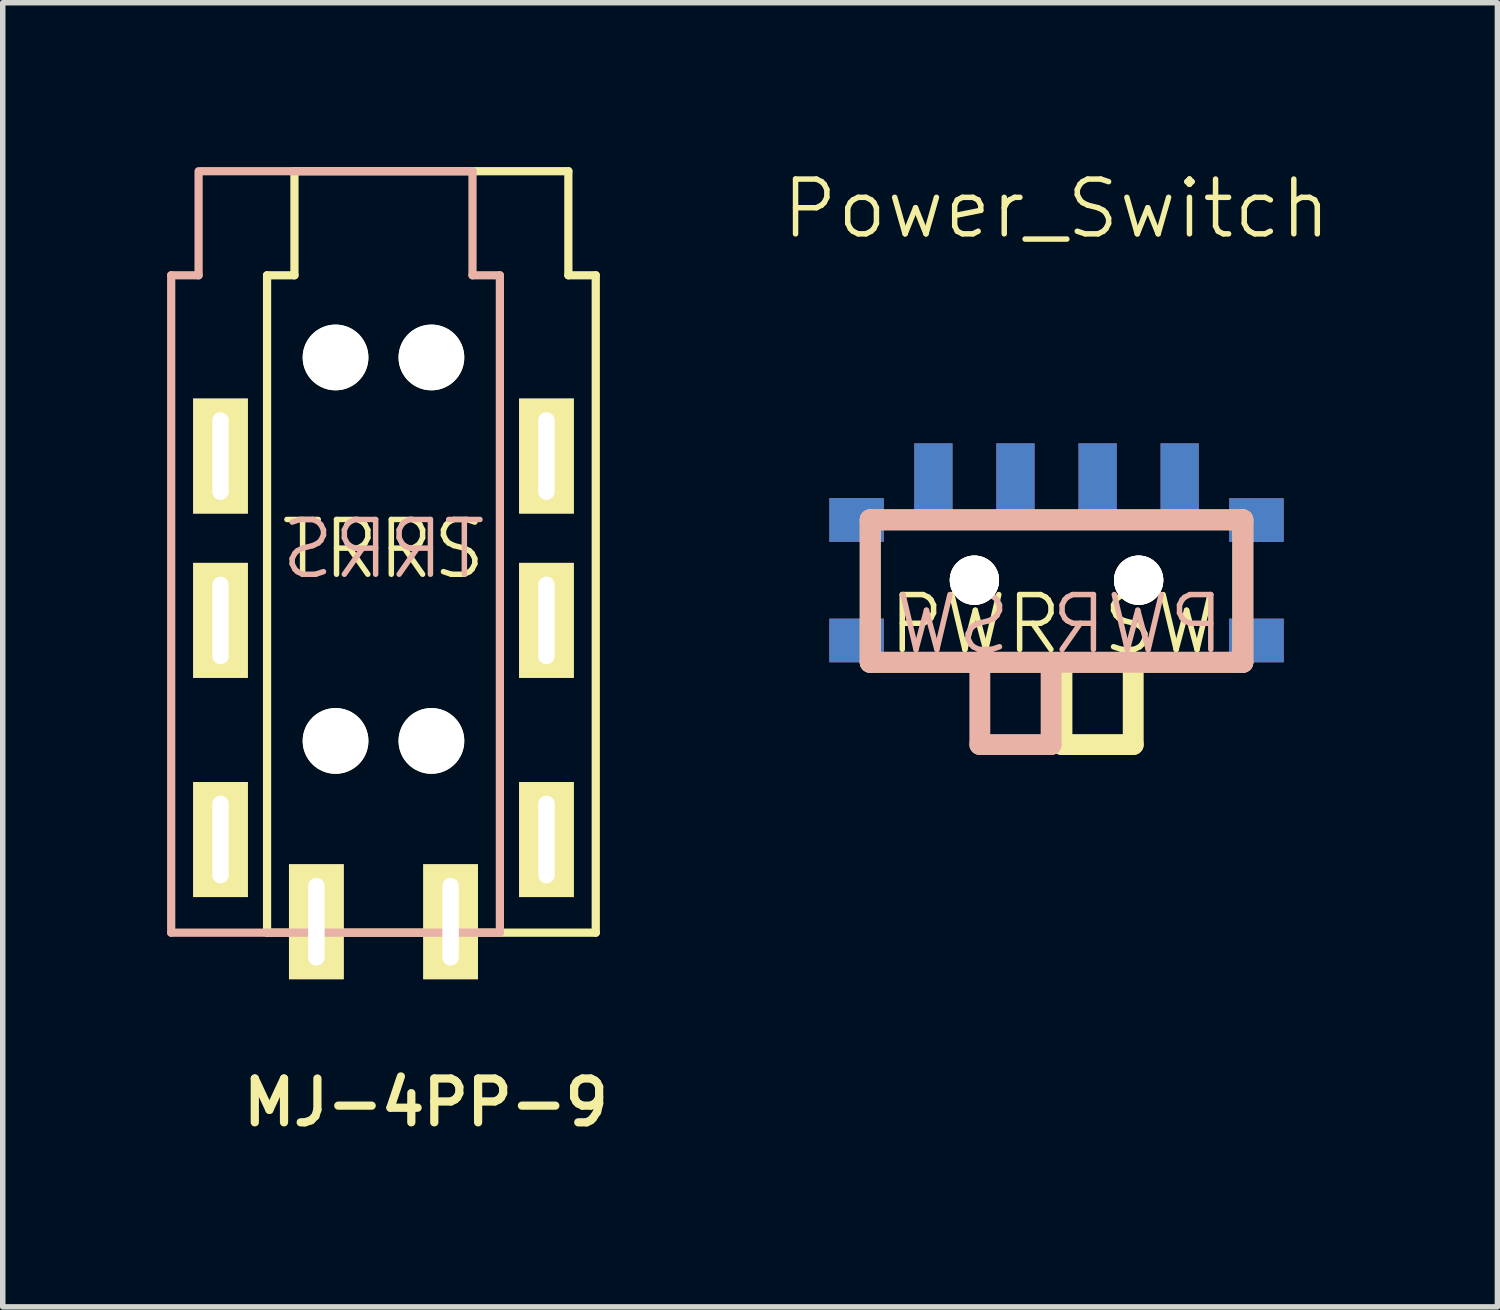
<source format=kicad_pcb>
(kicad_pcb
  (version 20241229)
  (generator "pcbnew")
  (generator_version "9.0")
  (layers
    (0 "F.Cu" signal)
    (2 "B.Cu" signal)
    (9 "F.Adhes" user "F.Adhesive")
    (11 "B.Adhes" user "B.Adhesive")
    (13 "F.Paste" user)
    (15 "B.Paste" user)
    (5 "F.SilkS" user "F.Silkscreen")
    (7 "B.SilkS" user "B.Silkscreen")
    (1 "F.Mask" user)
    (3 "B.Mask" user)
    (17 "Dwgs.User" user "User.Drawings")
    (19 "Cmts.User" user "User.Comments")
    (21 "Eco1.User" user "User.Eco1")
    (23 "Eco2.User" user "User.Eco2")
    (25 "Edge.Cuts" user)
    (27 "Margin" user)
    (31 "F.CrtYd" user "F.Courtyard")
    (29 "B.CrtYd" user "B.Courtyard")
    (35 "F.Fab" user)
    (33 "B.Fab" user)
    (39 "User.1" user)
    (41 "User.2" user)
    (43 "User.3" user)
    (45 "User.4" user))
  (footprint "MJ-4PP-9"
    (layer "F.Cu")
    (at 4.825 1.975)
    (property "Reference" "MJ-4PP-9" (at -0.1 15.1 0) (layer "F.SilkS") (effects (font (size 0.8 0.8) (thickness 0.15))))
    (attr through_hole)
    (fp_line (start -3 0) (end -2.5 0) (stroke (width 0.15) (type solid)) (layer "F.SilkS"))
    (fp_line (start -3 12) (end -3 0) (stroke (width 0.15) (type solid)) (layer "F.SilkS"))
    (fp_line (start -2.5 -1.9) (end 2.5 -1.9) (stroke (width 0.15) (type solid)) (layer "F.SilkS"))
    (fp_line (start -2.5 0) (end -2.5 -1.9) (stroke (width 0.15) (type solid)) (layer "F.SilkS"))
    (fp_line (start 2.5 0) (end 2.5 -1.9) (stroke (width 0.15) (type solid)) (layer "F.SilkS"))
    (fp_line (start 3 0) (end 2.5 0) (stroke (width 0.15) (type solid)) (layer "F.SilkS"))
    (fp_line (start 3 0) (end 3 12) (stroke (width 0.15) (type solid)) (layer "F.SilkS"))
    (fp_line (start 3 12) (end -3 12) (stroke (width 0.15) (type solid)) (layer "F.SilkS"))
    (fp_line (start -4.75 0) (end -4.25 0) (stroke (width 0.15) (type solid)) (layer "B.SilkS"))
    (fp_line (start -4.75 12) (end -4.75 0) (stroke (width 0.15) (type solid)) (layer "B.SilkS"))
    (fp_line (start -4.25 0) (end -4.25 -1.9) (stroke (width 0.15) (type solid)) (layer "B.SilkS"))
    (fp_line (start -4.2 -1.9) (end 0.75 -1.9) (stroke (width 0.15) (type solid)) (layer "B.SilkS"))
    (fp_line (start 0.75 0) (end 0.75 -1.9) (stroke (width 0.15) (type solid)) (layer "B.SilkS"))
    (fp_line (start 1.25 0) (end 0.75 0) (stroke (width 0.15) (type solid)) (layer "B.SilkS"))
    (fp_line (start 1.25 0) (end 1.25 12) (stroke (width 0.15) (type solid)) (layer "B.SilkS"))
    (fp_line (start 1.25 12) (end -4.75 12) (stroke (width 0.15) (type solid)) (layer "B.SilkS"))
    (fp_text user "TRRS" (at -0.875 5 0) (unlocked yes) (layer "F.SilkS") (effects (font (size 1 1) (thickness 0.1))))
    (fp_text user "TRRS" (at -0.875 5 0) (unlocked yes) (layer "B.SilkS") (effects (font (size 1 1) (thickness 0.1)) (justify mirror)))
    (pad "" np_thru_hole circle (at -1.75 1.5) (size 1.2 1.2) (drill 1.2) (layers "*.Cu" "*.Mask" "F.SilkS"))
    (pad "" np_thru_hole circle (at -1.75 8.5) (size 1.2 1.2) (drill 1.2) (layers "*.Cu" "*.Mask" "F.SilkS"))
    (pad "" np_thru_hole circle (at 0 1.5) (size 1.2 1.2) (drill 1.2) (layers "*.Cu" "*.Mask" "F.SilkS"))
    (pad "" np_thru_hole circle (at 0 8.5) (size 1.2 1.2) (drill 1.2) (layers "*.Cu" "*.Mask" "F.SilkS"))
    (pad "1" thru_hole rect (at -3.85 10.3) (size 1 2.1) (drill oval 0.3 1.6) (layers "*.Cu" "*.Mask" "F.SilkS"))
    (pad "1" thru_hole rect (at 2.1 10.3) (size 1 2.1) (drill oval 0.3 1.6) (layers "*.Cu" "*.Mask" "F.SilkS"))
    (pad "2" thru_hole rect (at -3.85 6.3) (size 1 2.1) (drill oval 0.3 1.6) (layers "*.Cu" "*.Mask" "F.SilkS"))
    (pad "2" thru_hole rect (at 2.1 6.3) (size 1 2.1) (drill oval 0.3 1.6) (layers "*.Cu" "*.Mask" "F.SilkS"))
    (pad "3" thru_hole rect (at -3.85 3.3) (size 1 2.1) (drill oval 0.3 1.6) (layers "*.Cu" "*.Mask" "F.SilkS"))
    (pad "3" thru_hole rect (at 2.1 3.3) (size 1 2.1) (drill oval 0.3 1.6) (layers "*.Cu" "*.Mask" "F.SilkS"))
    (pad "4" thru_hole rect (at -2.1 11.8) (size 1 2.1) (drill oval 0.3 1.6) (layers "*.Cu" "*.Mask" "F.SilkS"))
    (pad "4" thru_hole rect (at 0.35 11.8) (size 1 2.1) (drill oval 0.3 1.6) (layers "*.Cu" "*.Mask" "F.SilkS")))
  (footprint "Power_Switch"
    (layer "F.Cu")
    (at 16.236 7.541)
    (property "Reference" "Power_Switch" (at -0.002 -6.78 0) (unlocked yes) (layer "F.SilkS") (effects (font (size 1 1) (thickness 0.1))))
    (attr smd)
    (fp_line (start -3.401 -1.102) (end -3.401 1.499) (stroke (width 0.381) (type solid)) (layer "F.SilkS"))
    (fp_line (start -3.401 1.499) (end 3.401 1.499) (stroke (width 0.381) (type solid)) (layer "F.SilkS"))
    (fp_line (start 0.099 1.499) (end 0.099 3) (stroke (width 0.381) (type solid)) (layer "F.SilkS"))
    (fp_line (start 0.099 3) (end 1.4 3) (stroke (width 0.381) (type solid)) (layer "F.SilkS"))
    (fp_line (start 1.4 3) (end 1.4 1.499) (stroke (width 0.381) (type solid)) (layer "F.SilkS"))
    (fp_line (start 3.401 -1.102) (end -3.401 -1.102) (stroke (width 0.381) (type solid)) (layer "F.SilkS"))
    (fp_line (start 3.401 1.499) (end 3.401 -1.102) (stroke (width 0.381) (type solid)) (layer "F.SilkS"))
    (fp_line (start -3.401 -1.102) (end 3.401 -1.102) (stroke (width 0.381) (type solid)) (layer "B.SilkS"))
    (fp_line (start -3.401 1.499) (end -3.401 -1.102) (stroke (width 0.381) (type solid)) (layer "B.SilkS"))
    (fp_line (start -1.4 3) (end -1.4 1.499) (stroke (width 0.381) (type solid)) (layer "B.SilkS"))
    (fp_line (start -0.099 1.499) (end -0.099 3) (stroke (width 0.381) (type solid)) (layer "B.SilkS"))
    (fp_line (start -0.099 3) (end -1.4 3) (stroke (width 0.381) (type solid)) (layer "B.SilkS"))
    (fp_line (start 3.401 -1.102) (end 3.401 1.499) (stroke (width 0.381) (type solid)) (layer "B.SilkS"))
    (fp_line (start 3.401 1.499) (end -3.401 1.499) (stroke (width 0.381) (type solid)) (layer "B.SilkS"))
    (fp_text user "PWR SW" (at -3.12 1.39 0) (unlocked yes) (layer "F.SilkS") (effects (font (size 1 1) (thickness 0.1)) (justify left bottom)))
    (fp_text user "PWR SW" (at 3.12 1.39 0) (unlocked yes) (layer "B.SilkS") (effects (font (size 1 1) (thickness 0.1)) (justify left bottom mirror)))
    (pad "" smd rect (at -3.65 -1.1) (size 0.996 0.798) (layers "B.Cu" "B.Mask" "B.Paste"))
    (pad "" smd rect (at -3.65 -1.097) (size 0.996 0.798) (layers "F.Cu" "F.Mask" "F.Paste"))
    (pad "" smd rect (at -3.65 1.1) (size 0.996 0.798) (layers "B.Cu" "B.Mask" "B.Paste"))
    (pad "" smd rect (at -3.65 1.1) (size 0.998 0.798) (layers "F.Cu" "F.Mask" "F.Paste"))
    (pad "" np_thru_hole circle (at -1.499 0) (size 0.899 0.899) (drill 0.899) (layers "*.Cu" "*.Mask" "F.SilkS"))
    (pad "" np_thru_hole circle (at -1.499 0) (size 0.899 0.899) (drill 0.899) (layers "*.Cu" "*.Mask" "B.SilkS"))
    (pad "" np_thru_hole circle (at 1.499 0) (size 0.899 0.899) (drill 0.899) (layers "*.Cu" "*.Mask" "F.SilkS"))
    (pad "" np_thru_hole circle (at 1.499 0) (size 0.899 0.899) (drill 0.899) (layers "*.Cu" "*.Mask" "B.SilkS"))
    (pad "" smd rect (at 3.65 -1.1) (size 0.996 0.798) (layers "F.Cu" "F.Mask" "F.Paste"))
    (pad "" smd rect (at 3.65 -1.097) (size 0.996 0.798) (layers "B.Cu" "B.Mask" "B.Paste"))
    (pad "" smd rect (at 3.65 1.1) (size 0.996 0.798) (layers "F.Cu" "F.Mask" "F.Paste"))
    (pad "" smd rect (at 3.65 1.1) (size 0.998 0.798) (layers "B.Cu" "B.Mask" "B.Paste"))
    (pad "1" smd rect (at -2.248 -1.75) (size 0.699 1.499) (layers "B.Cu" "B.Mask" "B.Paste"))
    (pad "1" smd rect (at -2.248 -1.75) (size 0.699 1.499) (layers "F.Cu" "F.Mask" "F.Paste"))
    (pad "2" smd rect (at -0.75 -1.75) (size 0.699 1.499) (layers "F.Cu" "F.Mask" "F.Paste"))
    (pad "2" smd rect (at -0.75 -1.75) (size 0.699 1.499) (layers "B.Cu" "B.Mask" "B.Paste"))
    (pad "2" smd rect (at 0.75 -1.75) (size 0.699 1.499) (layers "F.Cu" "F.Mask" "F.Paste"))
    (pad "2" smd rect (at 0.75 -1.75) (size 0.699 1.499) (layers "B.Cu" "B.Mask" "B.Paste"))
    (pad "3" smd rect (at 2.248 -1.75) (size 0.699 1.499) (layers "B.Cu" "B.Mask" "B.Paste"))
    (pad "3" smd rect (at 2.248 -1.75) (size 0.699 1.499) (layers "F.Cu" "F.Mask" "F.Paste")))
  (gr_rect
    (start -3 -3)
    (end 24.284 20.806)
    (stroke (width 0.1) (type default))
    (fill no)
    (layer "Edge.Cuts")))
</source>
